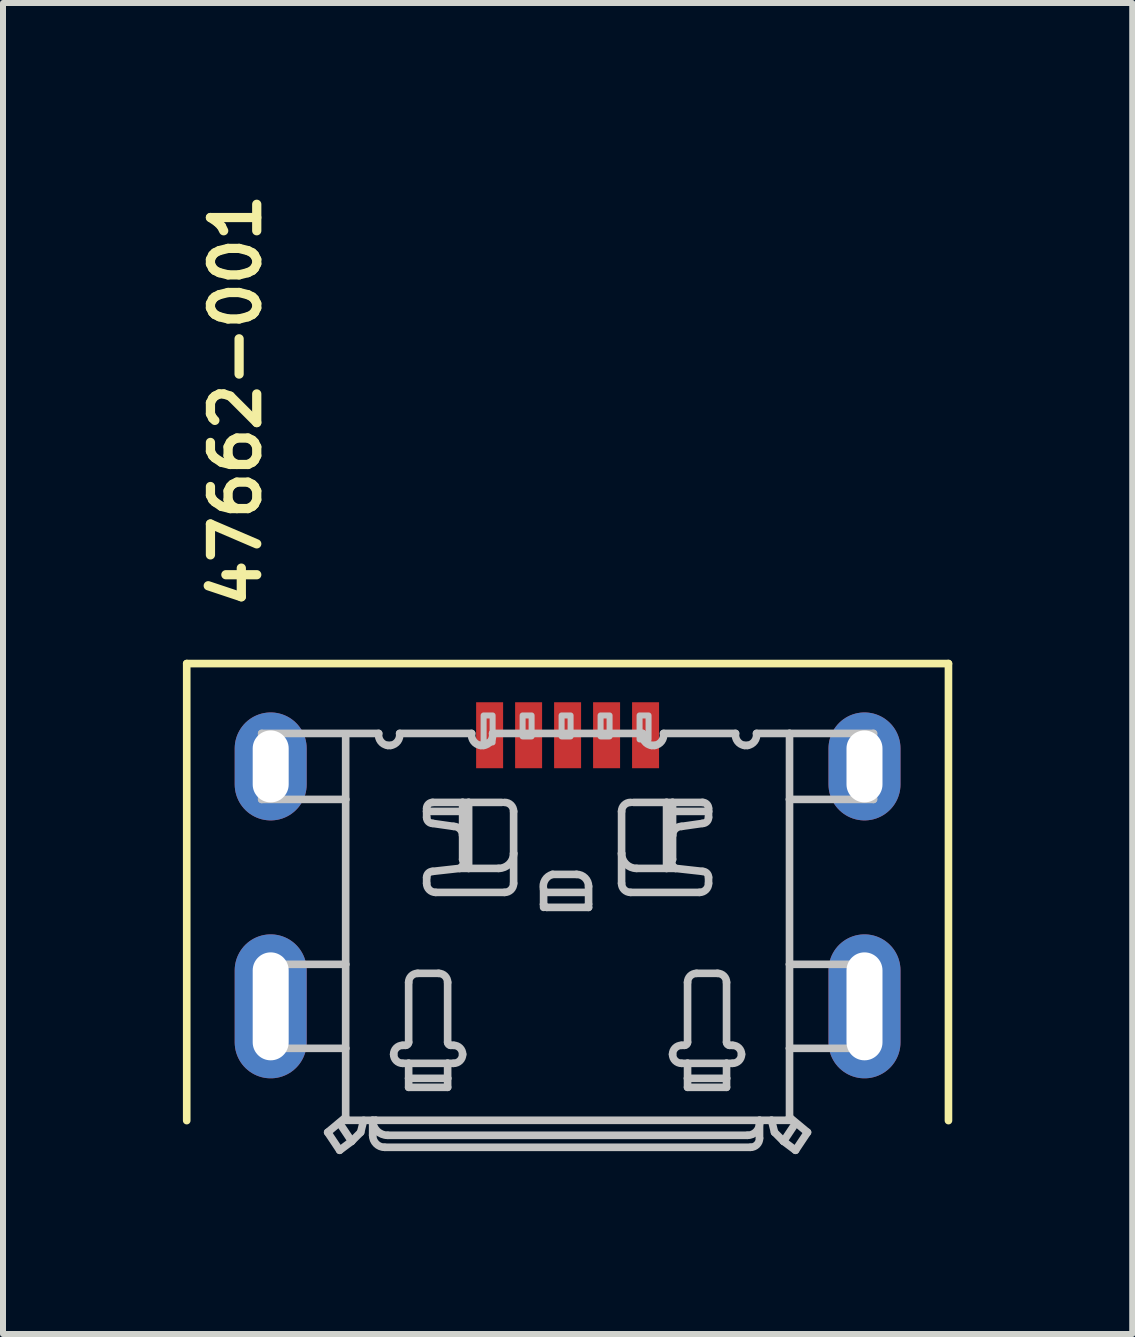
<source format=kicad_pcb>
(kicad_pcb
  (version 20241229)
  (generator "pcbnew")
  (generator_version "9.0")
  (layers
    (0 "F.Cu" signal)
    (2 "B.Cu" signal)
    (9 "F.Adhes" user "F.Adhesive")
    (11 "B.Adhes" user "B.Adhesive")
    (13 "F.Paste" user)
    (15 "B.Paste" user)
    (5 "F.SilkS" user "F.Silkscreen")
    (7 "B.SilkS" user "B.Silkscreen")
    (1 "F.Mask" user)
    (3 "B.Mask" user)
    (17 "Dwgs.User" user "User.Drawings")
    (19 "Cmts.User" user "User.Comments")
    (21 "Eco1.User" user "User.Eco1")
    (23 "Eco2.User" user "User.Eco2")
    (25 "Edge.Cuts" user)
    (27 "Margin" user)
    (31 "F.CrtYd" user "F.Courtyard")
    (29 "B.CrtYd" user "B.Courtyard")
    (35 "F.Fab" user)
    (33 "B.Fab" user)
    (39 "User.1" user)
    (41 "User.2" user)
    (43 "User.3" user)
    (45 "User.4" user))
  (footprint "47662-001"
    (layer "F.Cu")
    (at 6.413 13.728)
    (property "Reference" "47662-001" (at -5.08 -6.58 90) (layer "F.SilkS") (effects (font (size 0.772 0.772) (thickness 0.154)) (justify left bottom)))
    (attr through_hole)
    (fp_poly (pts (xy -5.59 -3.55) (xy -5.59 -4.45) (xy -4.925 -5.05) (xy -4.31 -4.45) (xy -4.31 -3.55) (xy -4.925 -2.95)) (stroke (width 0) (type solid)) (fill yes) (layer "F.Mask"))
    (fp_poly (pts (xy -5.59 0.6) (xy -5.59 -0.6) (xy -4.925 -1.2) (xy -4.31 -0.6) (xy -4.31 0.6) (xy -4.925 1.2)) (stroke (width 0) (type solid)) (fill yes) (layer "F.Mask"))
    (fp_poly (pts (xy 5.59 -3.55) (xy 5.59 -4.45) (xy 4.925 -5.05) (xy 4.31 -4.45) (xy 4.31 -3.55) (xy 4.925 -2.95)) (stroke (width 0) (type solid)) (fill yes) (layer "F.Mask"))
    (fp_poly (pts (xy 5.59 0.6) (xy 5.59 -0.6) (xy 4.925 -1.2) (xy 4.31 -0.6) (xy 4.31 0.6) (xy 4.925 1.2)) (stroke (width 0) (type solid)) (fill yes) (layer "F.Mask"))
    (fp_poly (pts (xy -5.59 -3.55) (xy -5.59 -4.45) (xy -4.925 -5.05) (xy -4.31 -4.45) (xy -4.31 -3.55) (xy -4.925 -2.95)) (stroke (width 0) (type solid)) (fill yes) (layer "B.Mask"))
    (fp_poly (pts (xy -5.59 0.6) (xy -5.59 -0.6) (xy -4.925 -1.2) (xy -4.31 -0.6) (xy -4.31 0.6) (xy -4.925 1.2)) (stroke (width 0) (type solid)) (fill yes) (layer "B.Mask"))
    (fp_poly (pts (xy 5.59 -3.55) (xy 5.59 -4.45) (xy 4.925 -5.05) (xy 4.31 -4.45) (xy 4.31 -3.55) (xy 4.925 -2.95)) (stroke (width 0) (type solid)) (fill yes) (layer "B.Mask"))
    (fp_poly (pts (xy 5.59 0.6) (xy 5.59 -0.6) (xy 4.925 -1.2) (xy 4.31 -0.6) (xy 4.31 0.6) (xy 4.925 1.2)) (stroke (width 0) (type solid)) (fill yes) (layer "B.Mask"))
    (fp_line (start -6.35 -5.715) (end -6.35 1.905) (stroke (width 0.127) (type solid)) (layer "F.SilkS"))
    (fp_line (start 6.35 -5.715) (end -6.35 -5.715) (stroke (width 0.127) (type solid)) (layer "F.SilkS"))
    (fp_line (start 6.35 1.905) (end 6.35 -5.715) (stroke (width 0.127) (type solid)) (layer "F.SilkS"))
    (fp_poly (pts (xy -5.59 -3.55) (xy -5.59 -4.45) (xy -4.925 -5.05) (xy -4.31 -4.45) (xy -4.31 -3.55) (xy -4.925 -2.95)) (stroke (width 0) (type solid)) (fill yes) (layer "F.Paste"))
    (fp_poly (pts (xy -5.59 0.6) (xy -5.59 -0.6) (xy -4.925 -1.2) (xy -4.31 -0.6) (xy -4.31 0.6) (xy -4.925 1.2)) (stroke (width 0) (type solid)) (fill yes) (layer "F.Paste"))
    (fp_poly (pts (xy 5.59 -3.55) (xy 5.59 -4.45) (xy 4.925 -5.05) (xy 4.31 -4.45) (xy 4.31 -3.55) (xy 4.925 -2.95)) (stroke (width 0) (type solid)) (fill yes) (layer "F.Paste"))
    (fp_poly (pts (xy 5.59 0.6) (xy 5.59 -0.6) (xy 4.925 -1.2) (xy 4.31 -0.6) (xy 4.31 0.6) (xy 4.925 1.2)) (stroke (width 0) (type solid)) (fill yes) (layer "F.Paste"))
    (fp_poly (pts (xy -5.59 -3.55) (xy -5.59 -4.45) (xy -4.925 -5.05) (xy -4.31 -4.45) (xy -4.31 -3.55) (xy -4.925 -2.95)) (stroke (width 0) (type solid)) (fill yes) (layer "B.Paste"))
    (fp_poly (pts (xy -5.59 0.6) (xy -5.59 -0.6) (xy -4.925 -1.2) (xy -4.31 -0.6) (xy -4.31 0.6) (xy -4.925 1.2)) (stroke (width 0) (type solid)) (fill yes) (layer "B.Paste"))
    (fp_poly (pts (xy 5.59 -3.55) (xy 5.59 -4.45) (xy 4.925 -5.05) (xy 4.31 -4.45) (xy 4.31 -3.55) (xy 4.925 -2.95)) (stroke (width 0) (type solid)) (fill yes) (layer "B.Paste"))
    (fp_poly (pts (xy 5.59 0.6) (xy 5.59 -0.6) (xy 4.925 -1.2) (xy 4.31 -0.6) (xy 4.31 0.6) (xy 4.925 1.2)) (stroke (width 0) (type solid)) (fill yes) (layer "B.Paste"))
    (fp_line (start -5.1 -4.55) (end -5.1 -3.45) (stroke (width 0.127) (type solid)) (layer "Dwgs.User"))
    (fp_line (start -5.1 -4.55) (end -3.15 -4.55) (stroke (width 0.127) (type solid)) (layer "Dwgs.User"))
    (fp_line (start -5.1 -3.45) (end -3.7 -3.45) (stroke (width 0.127) (type solid)) (layer "Dwgs.User"))
    (fp_line (start -5.1 -0.7) (end -5.1 0.7) (stroke (width 0.127) (type solid)) (layer "Dwgs.User"))
    (fp_line (start -5.1 0.7) (end -3.7 0.7) (stroke (width 0.127) (type solid)) (layer "Dwgs.User"))
    (fp_line (start -4 2.1) (end -3.8 2.4) (stroke (width 0.127) (type solid)) (layer "Dwgs.User"))
    (fp_line (start -3.8 2.4) (end -3.6 2.25) (stroke (width 0.127) (type solid)) (layer "Dwgs.User"))
    (fp_line (start -3.7 -3.45) (end -3.7 -4.5) (stroke (width 0.127) (type solid)) (layer "Dwgs.User"))
    (fp_line (start -3.7 -0.7) (end -5.1 -0.7) (stroke (width 0.127) (type solid)) (layer "Dwgs.User"))
    (fp_line (start -3.7 -0.7) (end -3.7 -3.45) (stroke (width 0.127) (type solid)) (layer "Dwgs.User"))
    (fp_line (start -3.7 0.7) (end -3.7 -0.7) (stroke (width 0.127) (type solid)) (layer "Dwgs.User"))
    (fp_line (start -3.7 1.85) (end -4 2.1) (stroke (width 0.127) (type solid)) (layer "Dwgs.User"))
    (fp_line (start -3.7 1.9) (end -3.7 0.7) (stroke (width 0.127) (type solid)) (layer "Dwgs.User"))
    (fp_line (start -3.6 2.25) (end -3.8 1.95) (stroke (width 0.127) (type solid)) (layer "Dwgs.User"))
    (fp_line (start -3.6 2.25) (end -3.45 2.1) (stroke (width 0.127) (type solid)) (layer "Dwgs.User"))
    (fp_line (start -3.45 2.1) (end -3.4 1.9) (stroke (width 0.127) (type solid)) (layer "Dwgs.User"))
    (fp_line (start -3.25 1.9) (end -3.7 1.9) (stroke (width 0.127) (type solid)) (layer "Dwgs.User"))
    (fp_line (start -3.25 2.15) (end -3.25 1.95) (stroke (width 0.127) (type solid)) (layer "Dwgs.User"))
    (fp_line (start -3.2 1.9) (end -3.25 1.9) (stroke (width 0.127) (type solid)) (layer "Dwgs.User"))
    (fp_line (start -3 -4.35) (end -2.95 -4.35) (stroke (width 0.127) (type solid)) (layer "Dwgs.User"))
    (fp_line (start -2.8 -4.55) (end -1.6 -4.55) (stroke (width 0.127) (type solid)) (layer "Dwgs.User"))
    (fp_line (start -2.75 0.95) (end -2.65 0.95) (stroke (width 0.127) (type solid)) (layer "Dwgs.User"))
    (fp_line (start -2.7 0.65) (end -2.75 0.65) (stroke (width 0.127) (type solid)) (layer "Dwgs.User"))
    (fp_line (start -2.65 -0.4) (end -2.65 0.6) (stroke (width 0.127) (type solid)) (layer "Dwgs.User"))
    (fp_line (start -2.65 1.2) (end -2.65 0.95) (stroke (width 0.127) (type solid)) (layer "Dwgs.User"))
    (fp_line (start -2.65 1.2) (end -2.65 1.35) (stroke (width 0.127) (type solid)) (layer "Dwgs.User"))
    (fp_line (start -2.65 1.35) (end -2 1.35) (stroke (width 0.127) (type solid)) (layer "Dwgs.User"))
    (fp_line (start -2.5 -0.55) (end -2.15 -0.55) (stroke (width 0.127) (type solid)) (layer "Dwgs.User"))
    (fp_line (start -2.35 -3.3) (end -2.35 -3.25) (stroke (width 0.127) (type solid)) (layer "Dwgs.User"))
    (fp_line (start -2.35 -3.25) (end -2.35 -3.15) (stroke (width 0.127) (type solid)) (layer "Dwgs.User"))
    (fp_line (start -2.35 -3.25) (end -1.7 -3.25) (stroke (width 0.127) (type solid)) (layer "Dwgs.User"))
    (fp_line (start -2.35 -2.15) (end -2.35 -2.05) (stroke (width 0.127) (type solid)) (layer "Dwgs.User"))
    (fp_line (start -2.25 -3.05) (end -1.9 -3) (stroke (width 0.127) (type solid)) (layer "Dwgs.User"))
    (fp_line (start -2.2 -1.9) (end -1.05 -1.9) (stroke (width 0.127) (type solid)) (layer "Dwgs.User"))
    (fp_line (start -2 -0.4) (end -2 0.6) (stroke (width 0.127) (type solid)) (layer "Dwgs.User"))
    (fp_line (start -2 0.95) (end -2.65 0.95) (stroke (width 0.127) (type solid)) (layer "Dwgs.User"))
    (fp_line (start -2 1.2) (end -2.65 1.2) (stroke (width 0.127) (type solid)) (layer "Dwgs.User"))
    (fp_line (start -2 1.2) (end -2 0.95) (stroke (width 0.127) (type solid)) (layer "Dwgs.User"))
    (fp_line (start -2 1.35) (end -2 1.2) (stroke (width 0.127) (type solid)) (layer "Dwgs.User"))
    (fp_line (start -1.95 0.65) (end -1.9 0.65) (stroke (width 0.127) (type solid)) (layer "Dwgs.User"))
    (fp_line (start -1.9 0.95) (end -2 0.95) (stroke (width 0.127) (type solid)) (layer "Dwgs.User"))
    (fp_line (start -1.8 -2.3) (end -2.25 -2.25) (stroke (width 0.127) (type solid)) (layer "Dwgs.User"))
    (fp_line (start -1.8 -2.3) (end -1.65 -2.3) (stroke (width 0.127) (type solid)) (layer "Dwgs.User"))
    (fp_line (start -1.75 -3.4) (end -2.25 -3.4) (stroke (width 0.127) (type solid)) (layer "Dwgs.User"))
    (fp_line (start -1.75 -3.4) (end -1.75 -2.85) (stroke (width 0.127) (type solid)) (layer "Dwgs.User"))
    (fp_line (start -1.75 -2.85) (end -1.75 -2.45) (stroke (width 0.127) (type solid)) (layer "Dwgs.User"))
    (fp_line (start -1.65 -3.4) (end -1.75 -3.4) (stroke (width 0.127) (type solid)) (layer "Dwgs.User"))
    (fp_line (start -1.65 -3.4) (end -1.65 -2.3) (stroke (width 0.127) (type solid)) (layer "Dwgs.User"))
    (fp_line (start -1.65 -2.3) (end -1.15 -2.3) (stroke (width 0.127) (type solid)) (layer "Dwgs.User"))
    (fp_line (start -1.45 -4.35) (end -1.4 -4.35) (stroke (width 0.127) (type solid)) (layer "Dwgs.User"))
    (fp_line (start -1.25 -4.55) (end 1.25 -4.55) (stroke (width 0.127) (type solid)) (layer "Dwgs.User"))
    (fp_line (start -1.1 -3.4) (end -1.65 -3.4) (stroke (width 0.127) (type solid)) (layer "Dwgs.User"))
    (fp_line (start -0.9 -2.55) (end -0.9 -3.25) (stroke (width 0.127) (type solid)) (layer "Dwgs.User"))
    (fp_line (start -0.9 -2.05) (end -0.9 -2.55) (stroke (width 0.127) (type solid)) (layer "Dwgs.User"))
    (fp_line (start -0.4 -1.7) (end -0.4 -1.95) (stroke (width 0.127) (type solid)) (layer "Dwgs.User"))
    (fp_line (start -0.4 -1.65) (end -0.4 -1.7) (stroke (width 0.127) (type solid)) (layer "Dwgs.User"))
    (fp_line (start -0.25 -2.2) (end 0.15 -2.2) (stroke (width 0.127) (type solid)) (layer "Dwgs.User"))
    (fp_line (start 0.3 -1.9) (end -0.35 -1.9) (stroke (width 0.127) (type solid)) (layer "Dwgs.User"))
    (fp_line (start 0.35 -2) (end 0.35 -1.7) (stroke (width 0.127) (type solid)) (layer "Dwgs.User"))
    (fp_line (start 0.35 -1.65) (end -0.35 -1.65) (stroke (width 0.127) (type solid)) (layer "Dwgs.User"))
    (fp_line (start 0.9 -2.55) (end 0.9 -3.25) (stroke (width 0.127) (type solid)) (layer "Dwgs.User"))
    (fp_line (start 0.9 -2.05) (end 0.9 -2.55) (stroke (width 0.127) (type solid)) (layer "Dwgs.User"))
    (fp_line (start 1.1 -3.4) (end 1.65 -3.4) (stroke (width 0.127) (type solid)) (layer "Dwgs.User"))
    (fp_line (start 1.45 -4.35) (end 1.4 -4.35) (stroke (width 0.127) (type solid)) (layer "Dwgs.User"))
    (fp_line (start 1.6 -4.55) (end 2.8 -4.55) (stroke (width 0.127) (type solid)) (layer "Dwgs.User"))
    (fp_line (start 1.65 -3.4) (end 1.65 -2.3) (stroke (width 0.127) (type solid)) (layer "Dwgs.User"))
    (fp_line (start 1.65 -3.4) (end 1.75 -3.4) (stroke (width 0.127) (type solid)) (layer "Dwgs.User"))
    (fp_line (start 1.65 -2.3) (end 1.15 -2.3) (stroke (width 0.127) (type solid)) (layer "Dwgs.User"))
    (fp_line (start 1.75 -3.4) (end 1.75 -2.85) (stroke (width 0.127) (type solid)) (layer "Dwgs.User"))
    (fp_line (start 1.75 -3.4) (end 2.25 -3.4) (stroke (width 0.127) (type solid)) (layer "Dwgs.User"))
    (fp_line (start 1.75 -2.85) (end 1.75 -2.45) (stroke (width 0.127) (type solid)) (layer "Dwgs.User"))
    (fp_line (start 1.8 -2.3) (end 1.65 -2.3) (stroke (width 0.127) (type solid)) (layer "Dwgs.User"))
    (fp_line (start 1.8 -2.3) (end 2.25 -2.25) (stroke (width 0.127) (type solid)) (layer "Dwgs.User"))
    (fp_line (start 1.9 0.95) (end 2 0.95) (stroke (width 0.127) (type solid)) (layer "Dwgs.User"))
    (fp_line (start 1.95 0.65) (end 1.9 0.65) (stroke (width 0.127) (type solid)) (layer "Dwgs.User"))
    (fp_line (start 2 -0.4) (end 2 0.6) (stroke (width 0.127) (type solid)) (layer "Dwgs.User"))
    (fp_line (start 2 0.95) (end 2.65 0.95) (stroke (width 0.127) (type solid)) (layer "Dwgs.User"))
    (fp_line (start 2 1.2) (end 2 0.95) (stroke (width 0.127) (type solid)) (layer "Dwgs.User"))
    (fp_line (start 2 1.2) (end 2.65 1.2) (stroke (width 0.127) (type solid)) (layer "Dwgs.User"))
    (fp_line (start 2 1.35) (end 2 1.2) (stroke (width 0.127) (type solid)) (layer "Dwgs.User"))
    (fp_line (start 2.2 -1.9) (end 1.05 -1.9) (stroke (width 0.127) (type solid)) (layer "Dwgs.User"))
    (fp_line (start 2.25 -3.05) (end 1.9 -3) (stroke (width 0.127) (type solid)) (layer "Dwgs.User"))
    (fp_line (start 2.35 -3.3) (end 2.35 -3.25) (stroke (width 0.127) (type solid)) (layer "Dwgs.User"))
    (fp_line (start 2.35 -3.25) (end 1.7 -3.25) (stroke (width 0.127) (type solid)) (layer "Dwgs.User"))
    (fp_line (start 2.35 -3.25) (end 2.35 -3.15) (stroke (width 0.127) (type solid)) (layer "Dwgs.User"))
    (fp_line (start 2.35 -2.15) (end 2.35 -2.05) (stroke (width 0.127) (type solid)) (layer "Dwgs.User"))
    (fp_line (start 2.5 -0.55) (end 2.15 -0.55) (stroke (width 0.127) (type solid)) (layer "Dwgs.User"))
    (fp_line (start 2.65 -0.4) (end 2.65 0.6) (stroke (width 0.127) (type solid)) (layer "Dwgs.User"))
    (fp_line (start 2.65 1.2) (end 2.65 0.95) (stroke (width 0.127) (type solid)) (layer "Dwgs.User"))
    (fp_line (start 2.65 1.2) (end 2.65 1.35) (stroke (width 0.127) (type solid)) (layer "Dwgs.User"))
    (fp_line (start 2.65 1.35) (end 2 1.35) (stroke (width 0.127) (type solid)) (layer "Dwgs.User"))
    (fp_line (start 2.7 0.65) (end 2.75 0.65) (stroke (width 0.127) (type solid)) (layer "Dwgs.User"))
    (fp_line (start 2.75 0.95) (end 2.65 0.95) (stroke (width 0.127) (type solid)) (layer "Dwgs.User"))
    (fp_line (start 3 -4.35) (end 2.95 -4.35) (stroke (width 0.127) (type solid)) (layer "Dwgs.User"))
    (fp_line (start 3 2.15) (end -3 2.15) (stroke (width 0.127) (type solid)) (layer "Dwgs.User"))
    (fp_line (start 3.05 2.35) (end -3.05 2.35) (stroke (width 0.127) (type solid)) (layer "Dwgs.User"))
    (fp_line (start 3.15 -4.55) (end 3.7 -4.55) (stroke (width 0.127) (type solid)) (layer "Dwgs.User"))
    (fp_line (start 3.2 1.9) (end -3.2 1.9) (stroke (width 0.127) (type solid)) (layer "Dwgs.User"))
    (fp_line (start 3.2 1.9) (end 3.2 1.95) (stroke (width 0.127) (type solid)) (layer "Dwgs.User"))
    (fp_line (start 3.2 1.95) (end 3.2 2.2) (stroke (width 0.127) (type solid)) (layer "Dwgs.User"))
    (fp_line (start 3.4 1.9) (end 3.2 1.9) (stroke (width 0.127) (type solid)) (layer "Dwgs.User"))
    (fp_line (start 3.45 2.1) (end 3.4 1.9) (stroke (width 0.127) (type solid)) (layer "Dwgs.User"))
    (fp_line (start 3.6 2.25) (end 3.45 2.1) (stroke (width 0.127) (type solid)) (layer "Dwgs.User"))
    (fp_line (start 3.6 2.25) (end 3.8 1.95) (stroke (width 0.127) (type solid)) (layer "Dwgs.User"))
    (fp_line (start 3.7 -4.55) (end 3.7 -3.45) (stroke (width 0.127) (type solid)) (layer "Dwgs.User"))
    (fp_line (start 3.7 -4.55) (end 5.1 -4.55) (stroke (width 0.127) (type solid)) (layer "Dwgs.User"))
    (fp_line (start 3.7 -3.45) (end 3.7 -0.7) (stroke (width 0.127) (type solid)) (layer "Dwgs.User"))
    (fp_line (start 3.7 -0.7) (end 3.7 0.7) (stroke (width 0.127) (type solid)) (layer "Dwgs.User"))
    (fp_line (start 3.7 -0.7) (end 5.1 -0.7) (stroke (width 0.127) (type solid)) (layer "Dwgs.User"))
    (fp_line (start 3.7 0.7) (end 3.7 1.85) (stroke (width 0.127) (type solid)) (layer "Dwgs.User"))
    (fp_line (start 3.7 1.85) (end 3.7 1.9) (stroke (width 0.127) (type solid)) (layer "Dwgs.User"))
    (fp_line (start 3.7 1.85) (end 4 2.1) (stroke (width 0.127) (type solid)) (layer "Dwgs.User"))
    (fp_line (start 3.7 1.9) (end 3.4 1.9) (stroke (width 0.127) (type solid)) (layer "Dwgs.User"))
    (fp_line (start 3.8 2.4) (end 3.6 2.25) (stroke (width 0.127) (type solid)) (layer "Dwgs.User"))
    (fp_line (start 4 2.1) (end 3.8 2.4) (stroke (width 0.127) (type solid)) (layer "Dwgs.User"))
    (fp_line (start 5.1 -4.55) (end 5.1 -3.45) (stroke (width 0.127) (type solid)) (layer "Dwgs.User"))
    (fp_line (start 5.1 -3.45) (end 3.7 -3.45) (stroke (width 0.127) (type solid)) (layer "Dwgs.User"))
    (fp_line (start 5.1 -0.7) (end 5.1 0.7) (stroke (width 0.127) (type solid)) (layer "Dwgs.User"))
    (fp_line (start 5.1 0.7) (end 3.7 0.7) (stroke (width 0.127) (type solid)) (layer "Dwgs.User"))
    (fp_arc (start -3.25 1.95) (mid -3.235355 1.914645) (end -3.2 1.9) (stroke (width 0.127) (type solid)) (layer "Dwgs.User"))
    (fp_arc (start -3.05 2.35) (mid -3.191421 2.291421) (end -3.25 2.15) (stroke (width 0.127) (type solid)) (layer "Dwgs.User"))
    (fp_arc (start -3 -4.35) (mid -3.116421 -4.418934) (end -3.15 -4.55) (stroke (width 0.127) (type solid)) (layer "Dwgs.User"))
    (fp_arc (start -3 2.15) (mid -3.176777 2.076777) (end -3.25 1.9) (stroke (width 0.127) (type solid)) (layer "Dwgs.User"))
    (fp_arc (start -2.9 0.8) (mid -2.856066 0.693934) (end -2.75 0.65) (stroke (width 0.127) (type solid)) (layer "Dwgs.User"))
    (fp_arc (start -2.8 -4.55) (mid -2.833579 -4.418934) (end -2.95 -4.35) (stroke (width 0.127) (type solid)) (layer "Dwgs.User"))
    (fp_arc (start -2.75 0.95) (mid -2.856066 0.906066) (end -2.9 0.8) (stroke (width 0.127) (type solid)) (layer "Dwgs.User"))
    (fp_arc (start -2.65 -0.4) (mid -2.606066 -0.506066) (end -2.5 -0.55) (stroke (width 0.127) (type solid)) (layer "Dwgs.User"))
    (fp_arc (start -2.65 0.6) (mid -2.664645 0.635355) (end -2.7 0.65) (stroke (width 0.127) (type solid)) (layer "Dwgs.User"))
    (fp_arc (start -2.35 -3.3) (mid -2.320711 -3.370711) (end -2.25 -3.4) (stroke (width 0.127) (type solid)) (layer "Dwgs.User"))
    (fp_arc (start -2.35 -2.15) (mid -2.320711 -2.220711) (end -2.25 -2.25) (stroke (width 0.127) (type solid)) (layer "Dwgs.User"))
    (fp_arc (start -2.25 -3.05) (mid -2.320711 -3.079289) (end -2.35 -3.15) (stroke (width 0.127) (type solid)) (layer "Dwgs.User"))
    (fp_arc (start -2.2 -1.9) (mid -2.306066 -1.943934) (end -2.35 -2.05) (stroke (width 0.127) (type solid)) (layer "Dwgs.User"))
    (fp_arc (start -2.15 -0.55) (mid -2.043934 -0.506066) (end -2 -0.4) (stroke (width 0.127) (type solid)) (layer "Dwgs.User"))
    (fp_arc (start -1.95 0.65) (mid -1.985355 0.635355) (end -2 0.6) (stroke (width 0.127) (type solid)) (layer "Dwgs.User"))
    (fp_arc (start -1.9 -3) (mid -1.793934 -2.956066) (end -1.75 -2.85) (stroke (width 0.127) (type solid)) (layer "Dwgs.User"))
    (fp_arc (start -1.9 0.65) (mid -1.793934 0.693934) (end -1.75 0.8) (stroke (width 0.127) (type solid)) (layer "Dwgs.User"))
    (fp_arc (start -1.75 -2.45) (mid -1.743934 -2.364645) (end -1.8 -2.3) (stroke (width 0.127) (type solid)) (layer "Dwgs.User"))
    (fp_arc (start -1.75 0.8) (mid -1.793934 0.906066) (end -1.9 0.95) (stroke (width 0.127) (type solid)) (layer "Dwgs.User"))
    (fp_arc (start -1.45 -4.35) (mid -1.566421 -4.418934) (end -1.6 -4.55) (stroke (width 0.127) (type solid)) (layer "Dwgs.User"))
    (fp_arc (start -1.25 -4.55) (mid -1.283579 -4.418934) (end -1.4 -4.35) (stroke (width 0.127) (type solid)) (layer "Dwgs.User"))
    (fp_arc (start -1.05 -3.4) (mid -0.943934 -3.356066) (end -0.9 -3.25) (stroke (width 0.127) (type solid)) (layer "Dwgs.User"))
    (fp_arc (start -0.9 -2.55) (mid -0.973223 -2.373223) (end -1.15 -2.3) (stroke (width 0.127) (type solid)) (layer "Dwgs.User"))
    (fp_arc (start -0.9 -2.05) (mid -0.943934 -1.943934) (end -1.05 -1.9) (stroke (width 0.127) (type solid)) (layer "Dwgs.User"))
    (fp_arc (start -0.4 -1.95) (mid -0.376777 -2.106066) (end -0.25 -2.2) (stroke (width 0.127) (type solid)) (layer "Dwgs.User"))
    (fp_arc (start -0.35 -1.65) (mid -0.385355 -1.664645) (end -0.4 -1.7) (stroke (width 0.127) (type solid)) (layer "Dwgs.User"))
    (fp_arc (start 0.15 -2.2) (mid 0.291421 -2.141421) (end 0.349999 -1.999999) (stroke (width 0.127) (type solid)) (layer "Dwgs.User"))
    (fp_arc (start 0.35 -1.65) (mid 0.339645 -1.675) (end 0.35 -1.7) (stroke (width 0.127) (type solid)) (layer "Dwgs.User"))
    (fp_arc (start 0.9 -3.25) (mid 0.943934 -3.356066) (end 1.05 -3.4) (stroke (width 0.127) (type solid)) (layer "Dwgs.User"))
    (fp_arc (start 1.05 -1.9) (mid 0.943934 -1.943934) (end 0.9 -2.05) (stroke (width 0.127) (type solid)) (layer "Dwgs.User"))
    (fp_arc (start 1.15 -2.3) (mid 0.973223 -2.373223) (end 0.9 -2.55) (stroke (width 0.127) (type solid)) (layer "Dwgs.User"))
    (fp_arc (start 1.4 -4.35) (mid 1.283579 -4.418934) (end 1.25 -4.55) (stroke (width 0.127) (type solid)) (layer "Dwgs.User"))
    (fp_arc (start 1.6 -4.55) (mid 1.566421 -4.418934) (end 1.45 -4.35) (stroke (width 0.127) (type solid)) (layer "Dwgs.User"))
    (fp_arc (start 1.75 -2.85) (mid 1.793934 -2.956066) (end 1.9 -3) (stroke (width 0.127) (type solid)) (layer "Dwgs.User"))
    (fp_arc (start 1.75 0.8) (mid 1.793934 0.693934) (end 1.9 0.65) (stroke (width 0.127) (type solid)) (layer "Dwgs.User"))
    (fp_arc (start 1.8 -2.3) (mid 1.743934 -2.364645) (end 1.75 -2.45) (stroke (width 0.127) (type solid)) (layer "Dwgs.User"))
    (fp_arc (start 1.9 0.95) (mid 1.793934 0.906066) (end 1.75 0.8) (stroke (width 0.127) (type solid)) (layer "Dwgs.User"))
    (fp_arc (start 2 -0.4) (mid 2.043934 -0.506066) (end 2.15 -0.55) (stroke (width 0.127) (type solid)) (layer "Dwgs.User"))
    (fp_arc (start 2 0.6) (mid 1.985355 0.635355) (end 1.95 0.65) (stroke (width 0.127) (type solid)) (layer "Dwgs.User"))
    (fp_arc (start 2.25 -3.4) (mid 2.320711 -3.370711) (end 2.35 -3.3) (stroke (width 0.127) (type solid)) (layer "Dwgs.User"))
    (fp_arc (start 2.25 -2.25) (mid 2.320711 -2.220711) (end 2.35 -2.15) (stroke (width 0.127) (type solid)) (layer "Dwgs.User"))
    (fp_arc (start 2.35 -3.15) (mid 2.320711 -3.079289) (end 2.25 -3.05) (stroke (width 0.127) (type solid)) (layer "Dwgs.User"))
    (fp_arc (start 2.35 -2.05) (mid 2.306066 -1.943934) (end 2.2 -1.9) (stroke (width 0.127) (type solid)) (layer "Dwgs.User"))
    (fp_arc (start 2.5 -0.55) (mid 2.606066 -0.506066) (end 2.65 -0.4) (stroke (width 0.127) (type solid)) (layer "Dwgs.User"))
    (fp_arc (start 2.7 0.65) (mid 2.664645 0.635355) (end 2.65 0.6) (stroke (width 0.127) (type solid)) (layer "Dwgs.User"))
    (fp_arc (start 2.75 0.65) (mid 2.856066 0.693934) (end 2.9 0.8) (stroke (width 0.127) (type solid)) (layer "Dwgs.User"))
    (fp_arc (start 2.9 0.8) (mid 2.856066 0.906066) (end 2.75 0.95) (stroke (width 0.127) (type solid)) (layer "Dwgs.User"))
    (fp_arc (start 2.95 -4.35) (mid 2.833579 -4.418934) (end 2.8 -4.55) (stroke (width 0.127) (type solid)) (layer "Dwgs.User"))
    (fp_arc (start 3.15 -4.55) (mid 3.116421 -4.418934) (end 3 -4.35) (stroke (width 0.127) (type solid)) (layer "Dwgs.User"))
    (fp_arc (start 3.2 1.95) (mid 3.141421 2.091421) (end 3 2.15) (stroke (width 0.127) (type solid)) (layer "Dwgs.User"))
    (fp_arc (start 3.2 2.2) (mid 3.156066 2.306066) (end 3.05 2.35) (stroke (width 0.127) (type solid)) (layer "Dwgs.User"))
    (fp_poly (pts (xy -1.4 -4.4) (xy -1.25 -4.4) (xy -1.25 -4.85) (xy -1.4 -4.85)) (stroke (width 0.1) (type solid)) (fill no) (layer "Dwgs.User"))
    (fp_poly (pts (xy -0.75 -4.5) (xy -0.6 -4.5) (xy -0.6 -4.85) (xy -0.75 -4.85)) (stroke (width 0.1) (type solid)) (fill no) (layer "Dwgs.User"))
    (fp_poly (pts (xy -0.1 -4.5) (xy 0.05 -4.5) (xy 0.05 -4.85) (xy -0.1 -4.85)) (stroke (width 0.1) (type solid)) (fill no) (layer "Dwgs.User"))
    (fp_poly (pts (xy 0.55 -4.5) (xy 0.7 -4.5) (xy 0.7 -4.85) (xy 0.55 -4.85)) (stroke (width 0.1) (type solid)) (fill no) (layer "Dwgs.User"))
    (fp_poly (pts (xy 1.2 -4.45) (xy 1.35 -4.45) (xy 1.35 -4.85) (xy 1.2 -4.85)) (stroke (width 0.1) (type solid)) (fill no) (layer "Dwgs.User"))
    (pad "1" smd rect (at -1.3 -4.52 90) (size 1.1 0.45) (layers "F.Cu" "F.Mask" "F.Paste"))
    (pad "2" smd rect (at -0.65 -4.52 90) (size 1.1 0.45) (layers "F.Cu" "F.Mask" "F.Paste"))
    (pad "3" smd rect (at 0 -4.52 90) (size 1.1 0.45) (layers "F.Cu" "F.Mask" "F.Paste"))
    (pad "4" smd rect (at 0.65 -4.52 90) (size 1.1 0.45) (layers "F.Cu" "F.Mask" "F.Paste"))
    (pad "5" smd rect (at 1.3 -4.52 90) (size 1.1 0.45) (layers "F.Cu" "F.Mask" "F.Paste"))
    (pad "S$1" thru_hole oval (at -4.95 0) (size 1.2 2.4) (drill oval 0.6 1.8) (layers "*.Cu" "*.Mask"))
    (pad "S$2" thru_hole oval (at 4.95 0) (size 1.2 2.4) (drill oval 0.6 1.8) (layers "*.Cu" "*.Mask"))
    (pad "S$3" thru_hole oval (at -4.95 -4) (size 1.2 1.8) (drill oval 0.6 1.2) (layers "*.Cu" "*.Mask"))
    (pad "S$4" thru_hole oval (at 4.95 -4) (size 1.2 1.8) (drill oval 0.6 1.2) (layers "*.Cu" "*.Mask")))
  (gr_rect
    (start -3 -3)
    (end 15.827 19.191)
    (stroke (width 0.1) (type default))
    (fill no)
    (layer "Edge.Cuts")))
</source>
